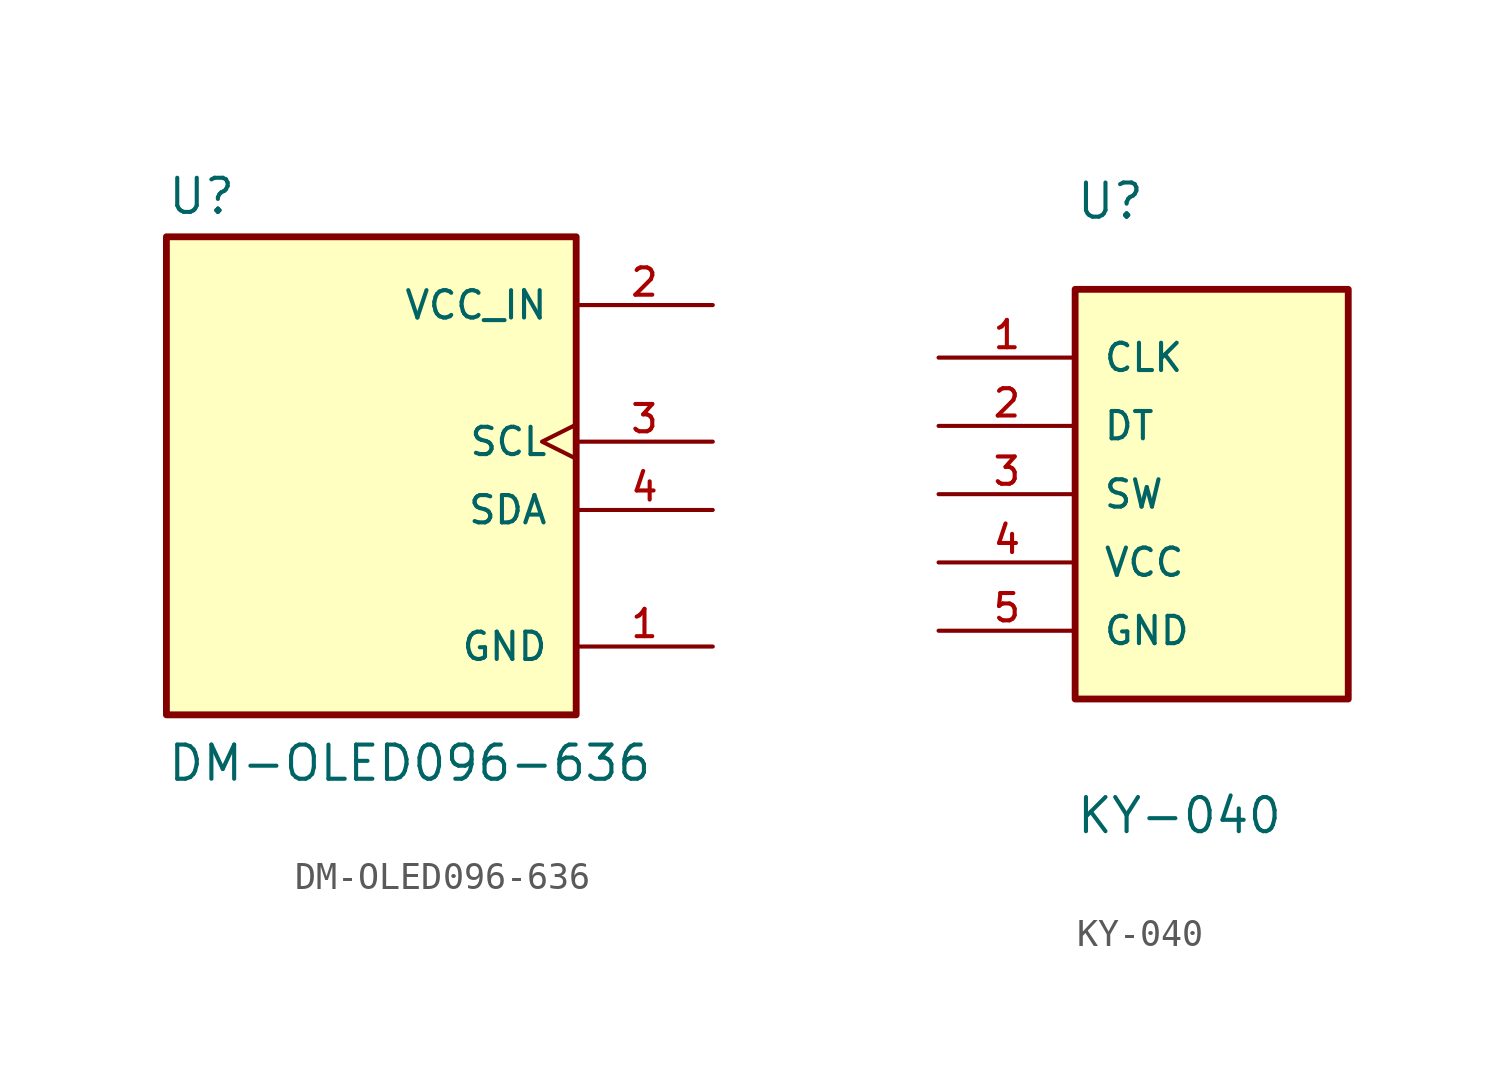
<source format=kicad_sym>
(kicad_symbol_lib
  (version 20241209)
  (generator "kicad_symbol_editor")
  (generator_version "9.0")
  (symbol "DM-OLED096-636"
    (pin_names
      (offset 1.016))
    (property "Reference" "U"
      (at -7.62 10.922 0)
      (effects (font (size 1.27 1.27)) (justify left bottom)))
    (property "Value" "DM-OLED096-636"
      (at -7.62 -10.16 0)
      (effects (font (size 1.27 1.27)) (justify left bottom)))
    (symbol "DM-OLED096-636_0_0"
      (rectangle (start -7.62 10.16) (end 7.62 -7.62) (stroke (width 0.254) (type default)) (fill (type background)))
      (pin power_in line (at 12.7 7.62 180) (length 5.08) (name "VCC_IN" (effects (font (size 1.016 1.016)))) (number "2" (effects (font (size 1.016 1.016)))))
      (pin input clock (at 12.7 2.54 180) (length 5.08) (name "SCL" (effects (font (size 1.016 1.016)))) (number "3" (effects (font (size 1.016 1.016)))))
      (pin bidirectional line (at 12.7 0 180) (length 5.08) (name "SDA" (effects (font (size 1.016 1.016)))) (number "4" (effects (font (size 1.016 1.016)))))
      (pin power_in line (at 12.7 -5.08 180) (length 5.08) (name "GND" (effects (font (size 1.016 1.016)))) (number "1" (effects (font (size 1.016 1.016)))))))
  (symbol "KY-040"
    (pin_names
      (offset 1.016))
    (property "Reference" "U"
      (at -5.08 10.16 0)
      (effects (font (size 1.27 1.27)) (justify left bottom)))
    (property "Value" "KY-040"
      (at -5.08 -12.7 0)
      (effects (font (size 1.27 1.27)) (justify left bottom)))
    (symbol "KY-040_0_0"
      (rectangle (start -5.08 7.62) (end 5.08 -7.62) (stroke (width 0.254) (type default)) (fill (type background))))
    (symbol "KY-040_1_0"
      (pin output line (at -10.16 5.08 0) (length 5.08) (name "CLK" (effects (font (size 1.016 1.016)))) (number "1" (effects (font (size 1.016 1.016)))))
      (pin output line (at -10.16 2.54 0) (length 5.08) (name "DT" (effects (font (size 1.016 1.016)))) (number "2" (effects (font (size 1.016 1.016)))))
      (pin output line (at -10.16 0 0) (length 5.08) (name "SW" (effects (font (size 1.016 1.016)))) (number "3" (effects (font (size 1.016 1.016)))))
      (pin power_in line (at -10.16 -2.54 0) (length 5.08) (name "VCC" (effects (font (size 1.016 1.016)))) (number "4" (effects (font (size 1.016 1.016)))))
      (pin power_in line (at -10.16 -5.08 0) (length 5.08) (name "GND" (effects (font (size 1.016 1.016)))) (number "5" (effects (font (size 1.016 1.016))))))))
</source>
